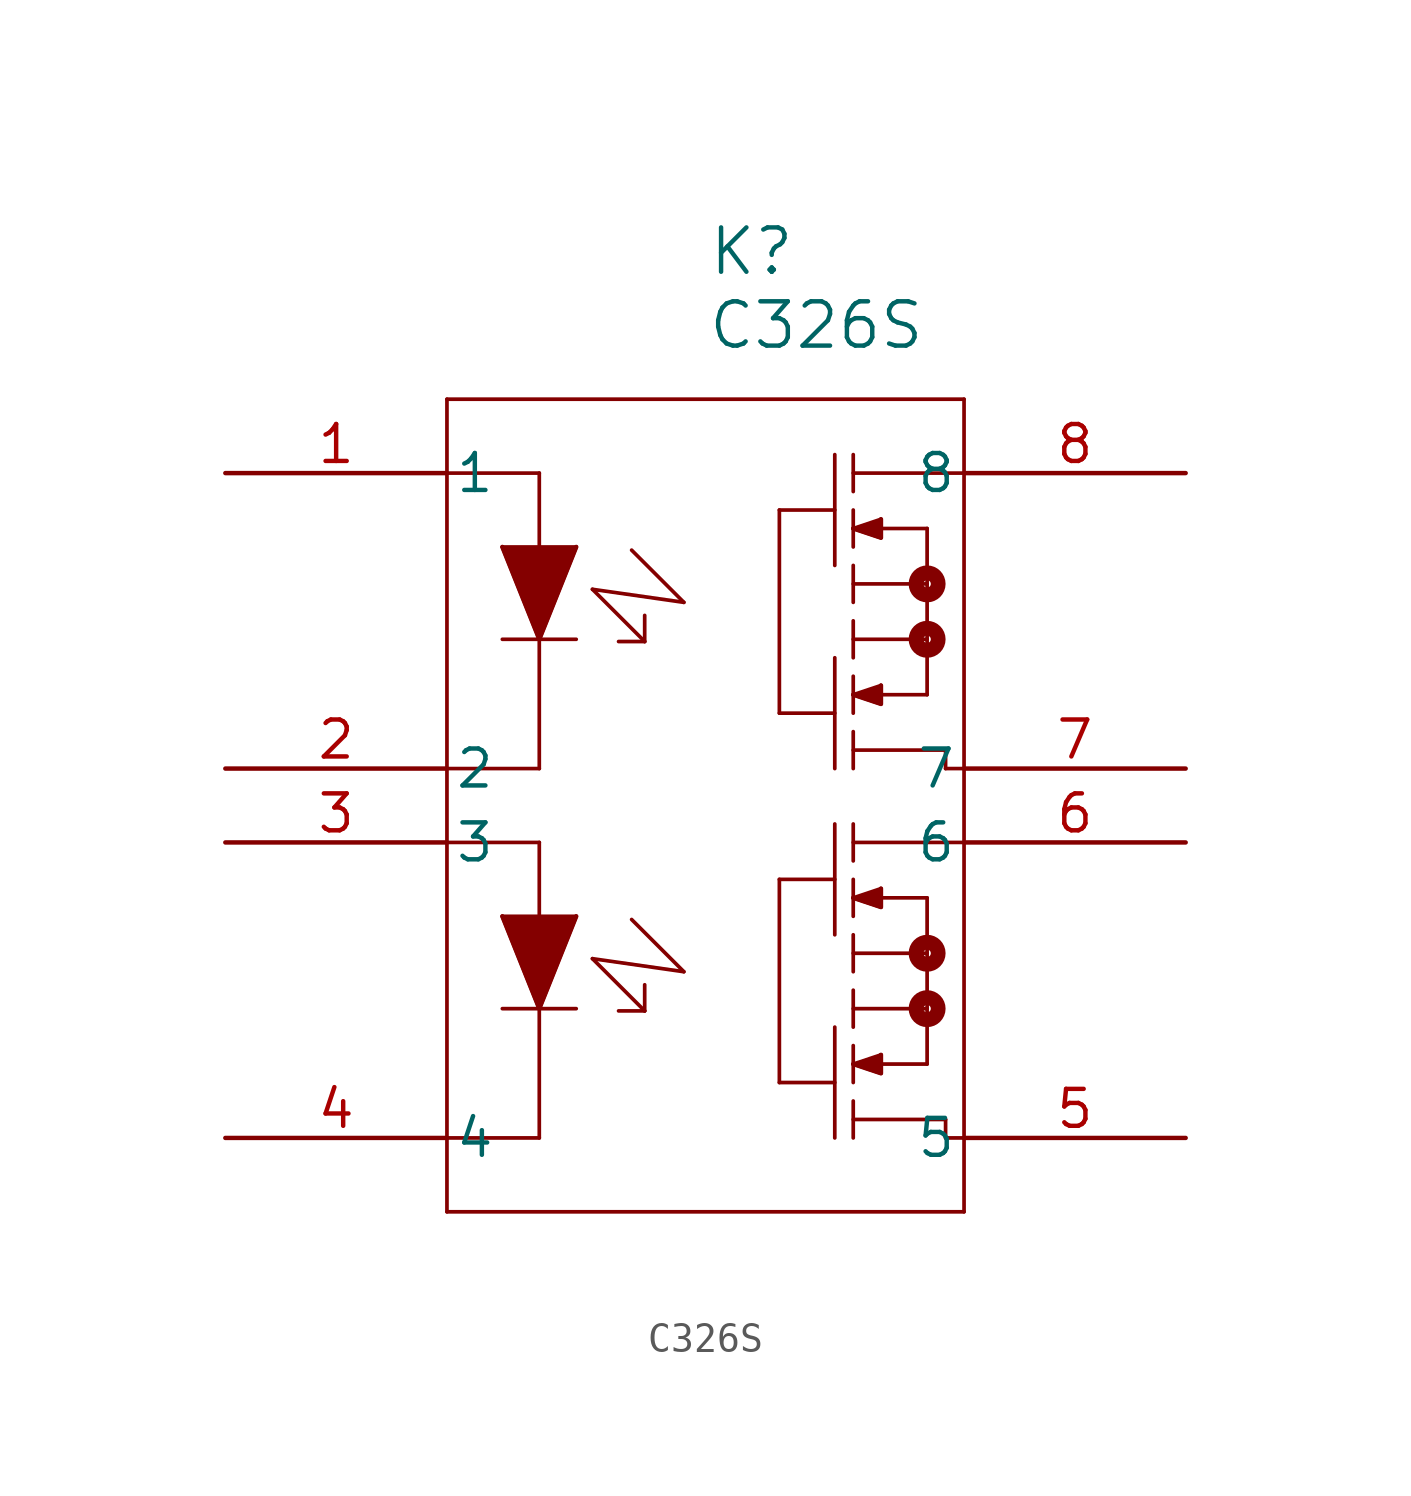
<source format=kicad_sym>
(kicad_symbol_lib
  (version 20231120)
  (generator "kicad_symbol_editor")
  (generator_version "8.0")
  (symbol "C326S"
    (pin_names
      (offset 0.254))
    (property "Reference" "K"
      (at 18.098 7.62 0)
      (effects (font (size 1.524 1.524))))
    (property "Value" "C326S"
      (at 20.32 5.08 0)
      (effects (font (size 1.524 1.524))))
    (property "ki_locked" ""
      (at 0 0 0)
      (effects (font (size 1.27 1.27))))
    (symbol "C326S_0_1"
      (polyline (pts (xy 7.62 -25.4) (xy 25.4 -25.4)) (stroke (width 0.127) (type default)) (fill (type none)))
      (polyline (pts (xy 7.62 -22.86) (xy 10.795 -22.86)) (stroke (width 0.127) (type default)) (fill (type none)))
      (polyline (pts (xy 7.62 -12.7) (xy 10.795 -12.7)) (stroke (width 0.127) (type default)) (fill (type none)))
      (polyline (pts (xy 7.62 -10.16) (xy 10.795 -10.16)) (stroke (width 0.127) (type default)) (fill (type none)))
      (polyline (pts (xy 7.62 0) (xy 10.795 0)) (stroke (width 0.127) (type default)) (fill (type none)))
      (polyline (pts (xy 7.62 2.54) (xy 7.62 -25.4)) (stroke (width 0.127) (type default)) (fill (type none)))
      (polyline (pts (xy 9.525 -18.415) (xy 12.065 -18.415)) (stroke (width 0.127) (type default)) (fill (type none)))
      (polyline (pts (xy 9.525 -15.24) (xy 10.795 -18.415)) (stroke (width 0.127) (type default)) (fill (type none)))
      (polyline (pts (xy 9.525 -15.24) (xy 12.065 -15.24)) (stroke (width 0.127) (type default)) (fill (type none)))
      (polyline (pts (xy 9.525 -5.715) (xy 12.065 -5.715)) (stroke (width 0.127) (type default)) (fill (type none)))
      (polyline (pts (xy 9.525 -2.54) (xy 10.795 -5.715)) (stroke (width 0.127) (type default)) (fill (type none)))
      (polyline (pts (xy 9.525 -2.54) (xy 12.065 -2.54)) (stroke (width 0.127) (type default)) (fill (type none)))
      (polyline (pts (xy 10.795 -12.7) (xy 10.795 -22.86)) (stroke (width 0.127) (type default)) (fill (type none)))
      (polyline (pts (xy 10.795 0) (xy 10.795 -10.16)) (stroke (width 0.127) (type default)) (fill (type none)))
      (polyline (pts (xy 12.065 -15.24) (xy 10.795 -18.415)) (stroke (width 0.127) (type default)) (fill (type none)))
      (polyline (pts (xy 12.065 -2.54) (xy 10.795 -5.715)) (stroke (width 0.127) (type default)) (fill (type none)))
      (polyline (pts (xy 12.623 -16.696) (xy 14.419 -18.492)) (stroke (width 0.127) (type default)) (fill (type none)))
      (polyline (pts (xy 12.623 -3.996) (xy 14.419 -5.792)) (stroke (width 0.127) (type default)) (fill (type none)))
      (polyline (pts (xy 13.97 -15.349) (xy 15.766 -17.145)) (stroke (width 0.127) (type default)) (fill (type none)))
      (polyline (pts (xy 13.97 -2.649) (xy 15.766 -4.445)) (stroke (width 0.127) (type default)) (fill (type none)))
      (polyline (pts (xy 14.419 -18.492) (xy 13.521 -18.492)) (stroke (width 0.127) (type default)) (fill (type none)))
      (polyline (pts (xy 14.419 -17.594) (xy 14.419 -18.492)) (stroke (width 0.127) (type default)) (fill (type none)))
      (polyline (pts (xy 14.419 -5.792) (xy 13.521 -5.792)) (stroke (width 0.127) (type default)) (fill (type none)))
      (polyline (pts (xy 14.419 -4.894) (xy 14.419 -5.792)) (stroke (width 0.127) (type default)) (fill (type none)))
      (polyline (pts (xy 15.766 -17.145) (xy 12.623 -16.696)) (stroke (width 0.127) (type default)) (fill (type none)))
      (polyline (pts (xy 15.766 -4.445) (xy 12.623 -3.996)) (stroke (width 0.127) (type default)) (fill (type none)))
      (polyline (pts (xy 19.05 -20.955) (xy 20.955 -20.955)) (stroke (width 0.127) (type default)) (fill (type none)))
      (polyline (pts (xy 19.05 -13.97) (xy 19.05 -20.955)) (stroke (width 0.127) (type default)) (fill (type none)))
      (polyline (pts (xy 19.05 -8.255) (xy 20.955 -8.255)) (stroke (width 0.127) (type default)) (fill (type none)))
      (polyline (pts (xy 19.05 -1.27) (xy 19.05 -8.255)) (stroke (width 0.127) (type default)) (fill (type none)))
      (polyline (pts (xy 20.955 -19.05) (xy 20.955 -22.86)) (stroke (width 0.127) (type default)) (fill (type none)))
      (polyline (pts (xy 20.955 -13.97) (xy 19.05 -13.97)) (stroke (width 0.127) (type default)) (fill (type none)))
      (polyline (pts (xy 20.955 -12.065) (xy 20.955 -15.875)) (stroke (width 0.127) (type default)) (fill (type none)))
      (polyline (pts (xy 20.955 -6.35) (xy 20.955 -10.16)) (stroke (width 0.127) (type default)) (fill (type none)))
      (polyline (pts (xy 20.955 -1.27) (xy 19.05 -1.27)) (stroke (width 0.127) (type default)) (fill (type none)))
      (polyline (pts (xy 20.955 0.635) (xy 20.955 -3.175)) (stroke (width 0.127) (type default)) (fill (type none)))
      (polyline (pts (xy 21.59 -22.225) (xy 24.765 -22.225)) (stroke (width 0.127) (type default)) (fill (type none)))
      (polyline (pts (xy 21.59 -21.59) (xy 21.59 -22.86)) (stroke (width 0.127) (type default)) (fill (type none)))
      (polyline (pts (xy 21.59 -20.32) (xy 22.543 -20.637)) (stroke (width 0.127) (type default)) (fill (type none)))
      (polyline (pts (xy 21.59 -20.32) (xy 22.543 -20.003)) (stroke (width 0.127) (type default)) (fill (type none)))
      (polyline (pts (xy 21.59 -20.32) (xy 24.13 -20.32)) (stroke (width 0.127) (type default)) (fill (type none)))
      (polyline (pts (xy 21.59 -19.685) (xy 21.59 -20.955)) (stroke (width 0.127) (type default)) (fill (type none)))
      (polyline (pts (xy 21.59 -17.78) (xy 21.59 -19.05)) (stroke (width 0.127) (type default)) (fill (type none)))
      (polyline (pts (xy 21.59 -16.51) (xy 24.13 -16.51)) (stroke (width 0.127) (type default)) (fill (type none)))
      (polyline (pts (xy 21.59 -15.875) (xy 21.59 -17.145)) (stroke (width 0.127) (type default)) (fill (type none)))
      (polyline (pts (xy 21.59 -14.605) (xy 22.543 -14.922)) (stroke (width 0.127) (type default)) (fill (type none)))
      (polyline (pts (xy 21.59 -14.605) (xy 22.543 -14.287)) (stroke (width 0.127) (type default)) (fill (type none)))
      (polyline (pts (xy 21.59 -14.605) (xy 24.13 -14.605)) (stroke (width 0.127) (type default)) (fill (type none)))
      (polyline (pts (xy 21.59 -13.97) (xy 21.59 -15.24)) (stroke (width 0.127) (type default)) (fill (type none)))
      (polyline (pts (xy 21.59 -12.065) (xy 21.59 -13.335)) (stroke (width 0.127) (type default)) (fill (type none)))
      (polyline (pts (xy 21.59 -9.525) (xy 24.765 -9.525)) (stroke (width 0.127) (type default)) (fill (type none)))
      (polyline (pts (xy 21.59 -8.89) (xy 21.59 -10.16)) (stroke (width 0.127) (type default)) (fill (type none)))
      (polyline (pts (xy 21.59 -7.62) (xy 22.543 -7.938)) (stroke (width 0.127) (type default)) (fill (type none)))
      (polyline (pts (xy 21.59 -7.62) (xy 22.543 -7.303)) (stroke (width 0.127) (type default)) (fill (type none)))
      (polyline (pts (xy 21.59 -7.62) (xy 24.13 -7.62)) (stroke (width 0.127) (type default)) (fill (type none)))
      (polyline (pts (xy 21.59 -6.985) (xy 21.59 -8.255)) (stroke (width 0.127) (type default)) (fill (type none)))
      (polyline (pts (xy 21.59 -5.08) (xy 21.59 -6.35)) (stroke (width 0.127) (type default)) (fill (type none)))
      (polyline (pts (xy 21.59 -3.81) (xy 24.13 -3.81)) (stroke (width 0.127) (type default)) (fill (type none)))
      (polyline (pts (xy 21.59 -3.175) (xy 21.59 -4.445)) (stroke (width 0.127) (type default)) (fill (type none)))
      (polyline (pts (xy 21.59 -1.905) (xy 22.543 -2.223)) (stroke (width 0.127) (type default)) (fill (type none)))
      (polyline (pts (xy 21.59 -1.905) (xy 22.543 -1.587)) (stroke (width 0.127) (type default)) (fill (type none)))
      (polyline (pts (xy 21.59 -1.905) (xy 24.13 -1.905)) (stroke (width 0.127) (type default)) (fill (type none)))
      (polyline (pts (xy 21.59 -1.27) (xy 21.59 -2.54)) (stroke (width 0.127) (type default)) (fill (type none)))
      (polyline (pts (xy 21.59 0.635) (xy 21.59 -0.635)) (stroke (width 0.127) (type default)) (fill (type none)))
      (polyline (pts (xy 22.543 -20.003) (xy 22.543 -20.637)) (stroke (width 0.127) (type default)) (fill (type none)))
      (polyline (pts (xy 22.543 -14.287) (xy 22.543 -14.922)) (stroke (width 0.127) (type default)) (fill (type none)))
      (polyline (pts (xy 22.543 -7.303) (xy 22.543 -7.938)) (stroke (width 0.127) (type default)) (fill (type none)))
      (polyline (pts (xy 22.543 -1.587) (xy 22.543 -2.223)) (stroke (width 0.127) (type default)) (fill (type none)))
      (polyline (pts (xy 24.13 -18.415) (xy 21.59 -18.415)) (stroke (width 0.127) (type default)) (fill (type none)))
      (polyline (pts (xy 24.13 -14.605) (xy 24.13 -20.32)) (stroke (width 0.127) (type default)) (fill (type none)))
      (polyline (pts (xy 24.13 -5.715) (xy 21.59 -5.715)) (stroke (width 0.127) (type default)) (fill (type none)))
      (polyline (pts (xy 24.13 -1.905) (xy 24.13 -7.62)) (stroke (width 0.127) (type default)) (fill (type none)))
      (polyline (pts (xy 24.765 -22.86) (xy 25.4 -22.86)) (stroke (width 0.127) (type default)) (fill (type none)))
      (polyline (pts (xy 24.765 -22.225) (xy 24.765 -22.86)) (stroke (width 0.127) (type default)) (fill (type none)))
      (polyline (pts (xy 24.765 -10.16) (xy 25.4 -10.16)) (stroke (width 0.127) (type default)) (fill (type none)))
      (polyline (pts (xy 24.765 -9.525) (xy 24.765 -10.16)) (stroke (width 0.127) (type default)) (fill (type none)))
      (polyline (pts (xy 25.4 -25.4) (xy 25.4 2.54)) (stroke (width 0.127) (type default)) (fill (type none)))
      (polyline (pts (xy 25.4 -12.7) (xy 21.59 -12.7)) (stroke (width 0.127) (type default)) (fill (type none)))
      (polyline (pts (xy 25.4 0) (xy 21.59 0)) (stroke (width 0.127) (type default)) (fill (type none)))
      (polyline (pts (xy 25.4 2.54) (xy 7.62 2.54)) (stroke (width 0.127) (type default)) (fill (type none)))
      (polyline (pts (xy 9.525 -15.24) (xy 10.795 -18.415) (xy 12.065 -15.24)) (stroke (width 0) (type default)) (fill (type outline)))
      (polyline (pts (xy 9.525 -2.54) (xy 10.795 -5.715) (xy 12.065 -2.54)) (stroke (width 0) (type default)) (fill (type outline)))
      (polyline (pts (xy 21.59 -20.32) (xy 22.543 -20.637) (xy 22.543 -20.003)) (stroke (width 0) (type default)) (fill (type outline)))
      (polyline (pts (xy 21.59 -14.605) (xy 22.543 -14.922) (xy 22.543 -14.287)) (stroke (width 0) (type default)) (fill (type outline)))
      (polyline (pts (xy 21.59 -7.62) (xy 22.543 -7.938) (xy 22.543 -7.303)) (stroke (width 0) (type default)) (fill (type outline)))
      (polyline (pts (xy 21.59 -1.905) (xy 22.543 -2.223) (xy 22.543 -1.587)) (stroke (width 0) (type default)) (fill (type outline)))
      (circle (center 24.13 -18.415) (radius 0.127) (stroke (width 0.508) (type default)) (fill (type none)))
      (circle (center 24.13 -16.51) (radius 0.127) (stroke (width 0.508) (type default)) (fill (type none)))
      (circle (center 24.13 -5.715) (radius 0.127) (stroke (width 0.508) (type default)) (fill (type none)))
      (circle (center 24.13 -3.81) (radius 0.127) (stroke (width 0.508) (type default)) (fill (type none)))
      (pin unspecified line (at 0 0 0) (length 7.62) (name "1" (effects (font (size 1.27 1.27)))) (number "1" (effects (font (size 1.27 1.27)))))
      (pin unspecified line (at 0 -10.16 0) (length 7.62) (name "2" (effects (font (size 1.27 1.27)))) (number "2" (effects (font (size 1.27 1.27)))))
      (pin unspecified line (at 0 -12.7 0) (length 7.62) (name "3" (effects (font (size 1.27 1.27)))) (number "3" (effects (font (size 1.27 1.27)))))
      (pin unspecified line (at 0 -22.86 0) (length 7.62) (name "4" (effects (font (size 1.27 1.27)))) (number "4" (effects (font (size 1.27 1.27)))))
      (pin unspecified line (at 33.02 -22.86 180) (length 7.62) (name "5" (effects (font (size 1.27 1.27)))) (number "5" (effects (font (size 1.27 1.27)))))
      (pin unspecified line (at 33.02 -12.7 180) (length 7.62) (name "6" (effects (font (size 1.27 1.27)))) (number "6" (effects (font (size 1.27 1.27)))))
      (pin unspecified line (at 33.02 -10.16 180) (length 7.62) (name "7" (effects (font (size 1.27 1.27)))) (number "7" (effects (font (size 1.27 1.27)))))
      (pin unspecified line (at 33.02 0 180) (length 7.62) (name "8" (effects (font (size 1.27 1.27)))) (number "8" (effects (font (size 1.27 1.27))))))))
</source>
